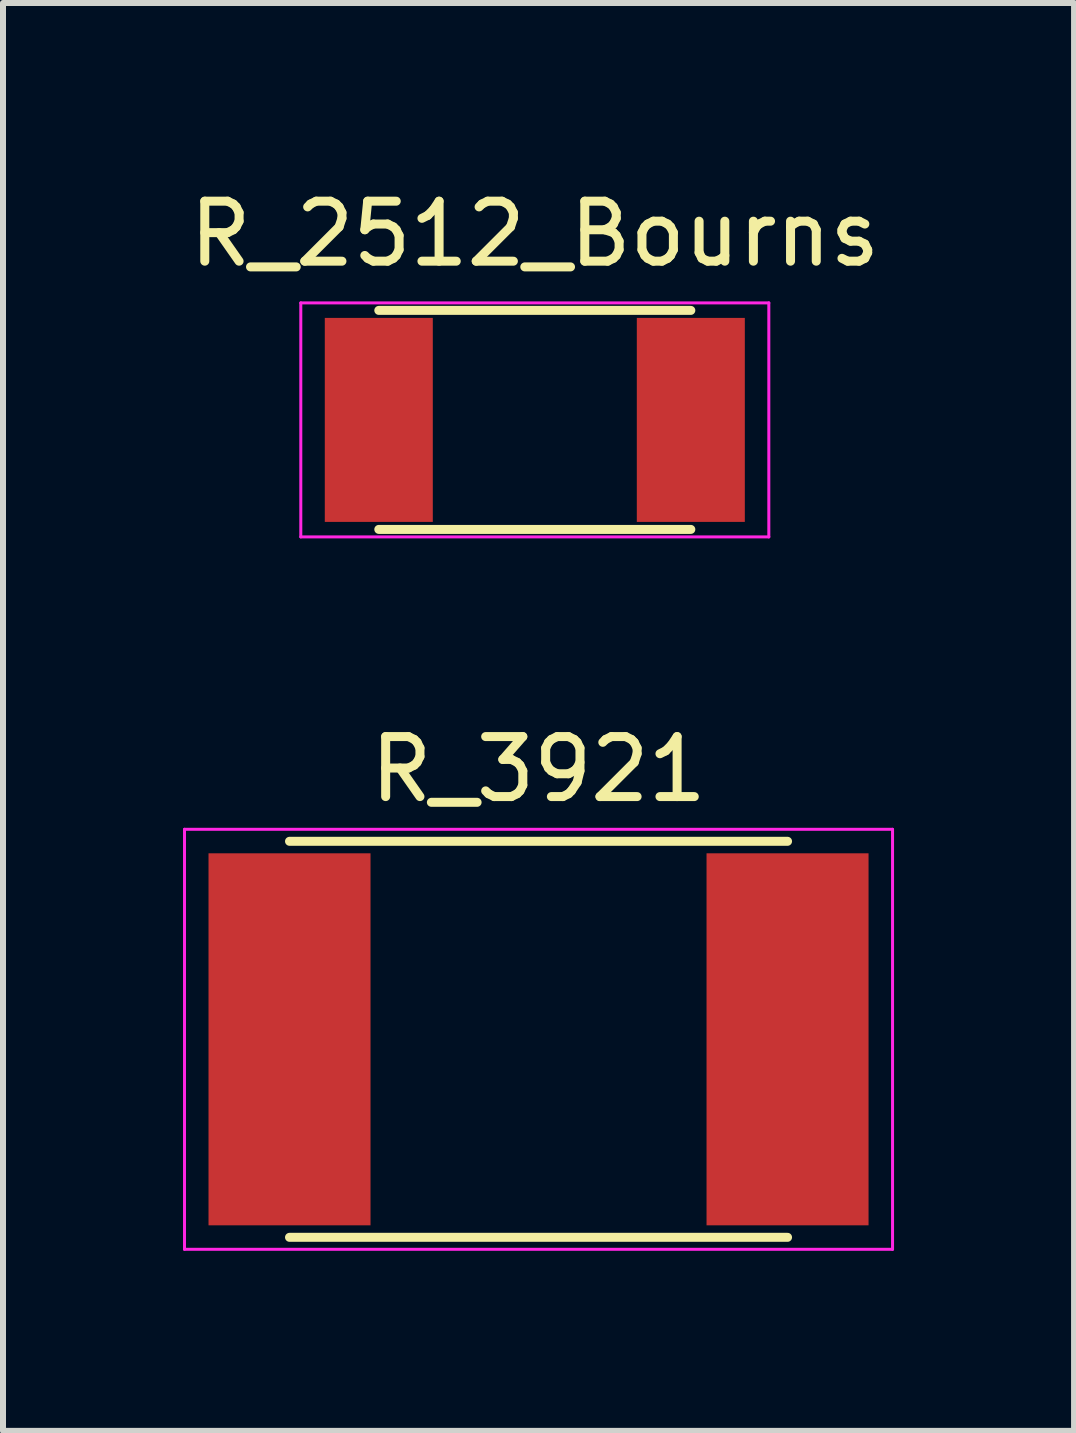
<source format=kicad_pcb>
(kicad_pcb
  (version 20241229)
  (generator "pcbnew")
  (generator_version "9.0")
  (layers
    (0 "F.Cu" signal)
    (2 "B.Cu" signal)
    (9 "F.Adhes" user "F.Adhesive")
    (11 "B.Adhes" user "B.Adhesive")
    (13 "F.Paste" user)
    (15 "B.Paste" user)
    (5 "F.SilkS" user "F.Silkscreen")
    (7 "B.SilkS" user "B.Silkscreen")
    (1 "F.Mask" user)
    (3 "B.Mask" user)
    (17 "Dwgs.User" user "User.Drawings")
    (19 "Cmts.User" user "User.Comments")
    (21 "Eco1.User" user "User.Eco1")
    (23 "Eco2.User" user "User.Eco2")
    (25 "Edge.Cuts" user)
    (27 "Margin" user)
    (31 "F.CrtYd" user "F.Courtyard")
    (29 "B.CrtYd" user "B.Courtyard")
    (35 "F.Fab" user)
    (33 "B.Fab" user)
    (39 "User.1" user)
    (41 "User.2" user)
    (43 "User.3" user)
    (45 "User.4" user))
  (footprint "R_2512_Bourns"
    (layer "F.Cu")
    (at 5.863 3.948)
    (property "Reference" "R_2512_Bourns" (at 0 -3.1 0) (layer "F.SilkS") (effects (font (size 1 1) (thickness 0.15))))
    (attr smd)
    (fp_line (start -2.6 -1.825) (end 2.6 -1.825) (stroke (width 0.15) (type solid)) (layer "F.SilkS"))
    (fp_line (start 2.6 1.825) (end -2.6 1.825) (stroke (width 0.15) (type solid)) (layer "F.SilkS"))
    (fp_line (start -3.9 -1.95) (end -3.9 1.95) (stroke (width 0.05) (type solid)) (layer "F.CrtYd"))
    (fp_line (start -3.9 -1.95) (end 3.9 -1.95) (stroke (width 0.05) (type solid)) (layer "F.CrtYd"))
    (fp_line (start -3.9 1.95) (end 3.9 1.95) (stroke (width 0.05) (type solid)) (layer "F.CrtYd"))
    (fp_line (start 3.9 -1.95) (end 3.9 1.95) (stroke (width 0.05) (type solid)) (layer "F.CrtYd"))
    (pad "1" smd rect (at -2.6 0) (size 1.8 3.4) (layers "F.Cu" "F.Mask" "F.Paste"))
    (pad "2" smd rect (at 2.6 0) (size 1.8 3.4) (layers "F.Cu" "F.Mask" "F.Paste")))
  (footprint "R_3921"
    (layer "F.Cu")
    (at 5.925 14.271)
    (property "Reference" "R_3921" (at 0 -4.5 0) (layer "F.SilkS") (effects (font (size 1 1) (thickness 0.15))))
    (attr smd)
    (fp_line (start -4.15 -3.3) (end 4.15 -3.3) (stroke (width 0.15) (type solid)) (layer "F.SilkS"))
    (fp_line (start 4.15 3.3) (end -4.15 3.3) (stroke (width 0.15) (type solid)) (layer "F.SilkS"))
    (fp_line (start -5.9 -3.5) (end -5.9 3.5) (stroke (width 0.05) (type solid)) (layer "F.CrtYd"))
    (fp_line (start -5.9 -3.5) (end 5.9 -3.5) (stroke (width 0.05) (type solid)) (layer "F.CrtYd"))
    (fp_line (start -5.9 3.5) (end 5.9 3.5) (stroke (width 0.05) (type solid)) (layer "F.CrtYd"))
    (fp_line (start 5.9 -3.5) (end 5.9 3.5) (stroke (width 0.05) (type solid)) (layer "F.CrtYd"))
    (pad "1" smd rect (at -4.15 0) (size 2.7 6.2) (layers "F.Cu" "F.Mask" "F.Paste"))
    (pad "2" smd rect (at 4.15 0) (size 2.7 6.2) (layers "F.Cu" "F.Mask" "F.Paste")))
  (gr_rect
    (start -3 -3)
    (end 14.85 20.797)
    (stroke (width 0.1) (type default))
    (fill no)
    (layer "Edge.Cuts")))
</source>
